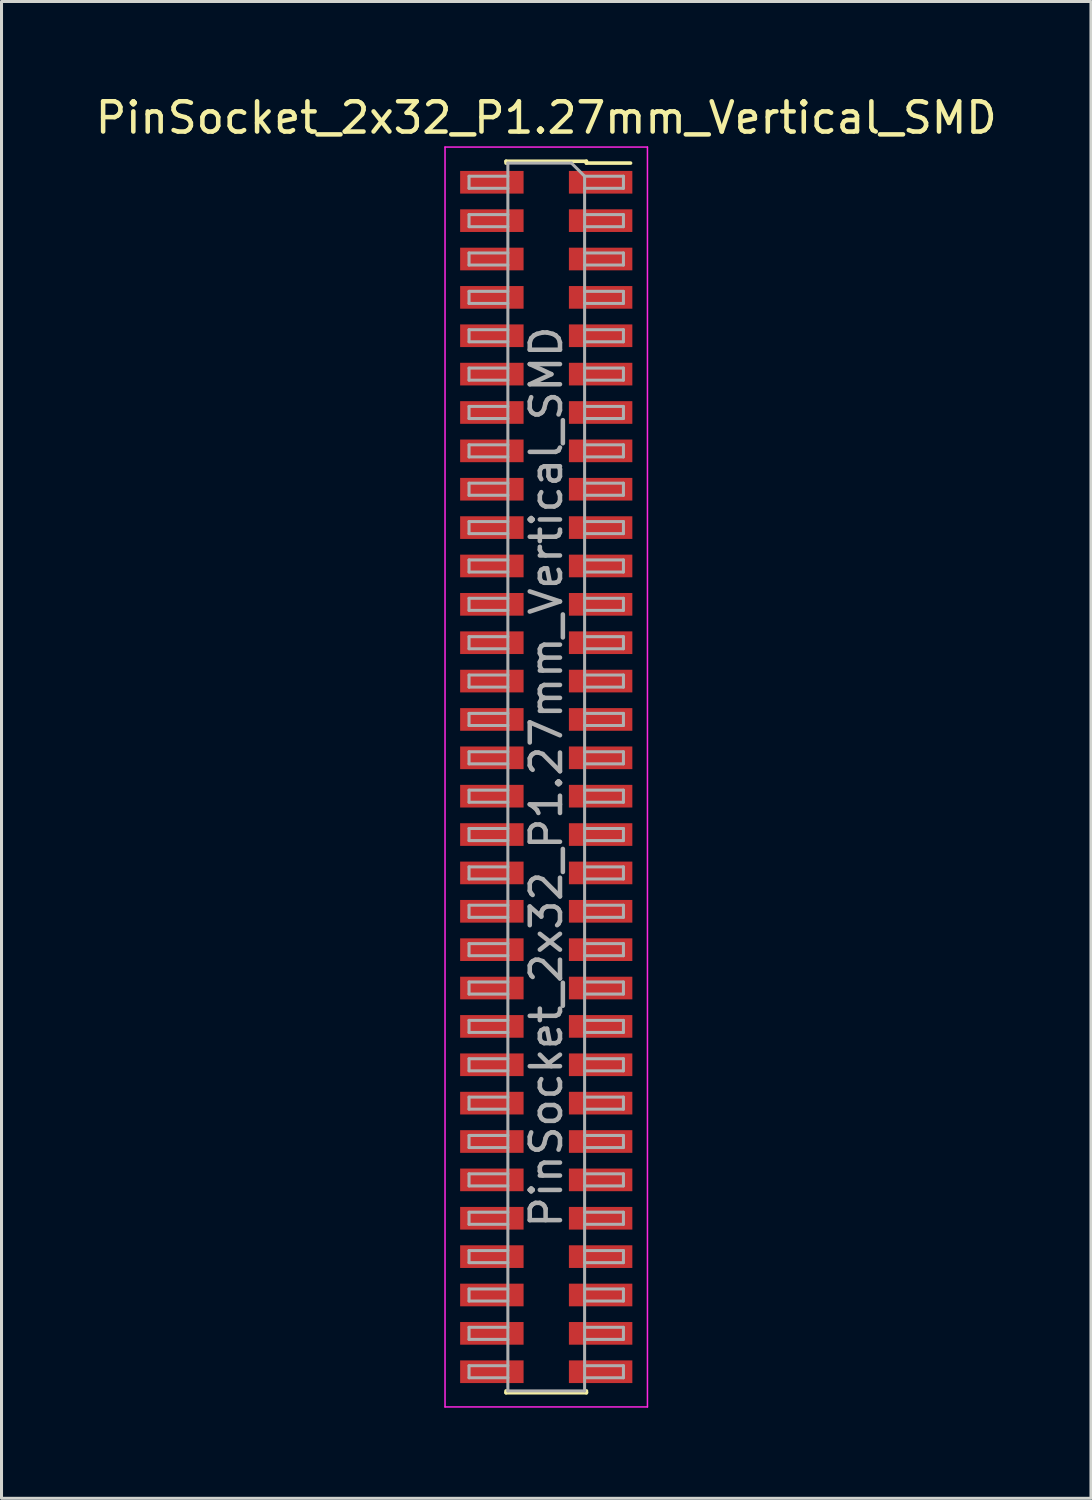
<source format=kicad_pcb>
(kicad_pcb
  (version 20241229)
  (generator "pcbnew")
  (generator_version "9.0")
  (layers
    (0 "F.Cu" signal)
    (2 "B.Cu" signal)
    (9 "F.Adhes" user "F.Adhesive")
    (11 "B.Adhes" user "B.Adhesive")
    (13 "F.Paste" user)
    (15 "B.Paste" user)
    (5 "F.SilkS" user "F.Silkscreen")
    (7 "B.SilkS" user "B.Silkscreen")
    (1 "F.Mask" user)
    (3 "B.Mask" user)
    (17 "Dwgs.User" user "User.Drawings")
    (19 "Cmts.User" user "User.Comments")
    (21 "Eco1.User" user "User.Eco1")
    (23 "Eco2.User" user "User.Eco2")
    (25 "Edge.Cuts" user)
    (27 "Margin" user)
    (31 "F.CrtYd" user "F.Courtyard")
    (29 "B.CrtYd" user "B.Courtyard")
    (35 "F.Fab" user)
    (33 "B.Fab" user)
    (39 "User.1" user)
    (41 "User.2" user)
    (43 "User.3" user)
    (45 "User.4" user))
  (footprint "PinSocket_2x32_P1.27mm_Vertical_SMD"
    (layer "F.Cu")
    (at 15.03 22.668)
    (property "Reference" "PinSocket_2x32_P1.27mm_Vertical_SMD" (at 0 -21.82 0) (layer "F.SilkS") (effects (font (size 1 1) (thickness 0.15))))
    (attr smd)
    (fp_line (start -1.33 -20.38) (end -1.33 -20.32) (stroke (width 0.12) (type solid)) (layer "F.SilkS"))
    (fp_line (start -1.33 -20.38) (end 1.33 -20.38) (stroke (width 0.12) (type solid)) (layer "F.SilkS"))
    (fp_line (start -1.33 20.32) (end -1.33 20.38) (stroke (width 0.12) (type solid)) (layer "F.SilkS"))
    (fp_line (start -1.33 20.38) (end 1.33 20.38) (stroke (width 0.12) (type solid)) (layer "F.SilkS"))
    (fp_line (start 1.33 -20.38) (end 1.33 -20.32) (stroke (width 0.12) (type solid)) (layer "F.SilkS"))
    (fp_line (start 1.33 -20.32) (end 2.79 -20.32) (stroke (width 0.12) (type solid)) (layer "F.SilkS"))
    (fp_line (start 1.33 20.32) (end 1.33 20.38) (stroke (width 0.12) (type solid)) (layer "F.SilkS"))
    (fp_line (start -3.35 -20.85) (end 3.35 -20.85) (stroke (width 0.05) (type solid)) (layer "F.CrtYd"))
    (fp_line (start -3.35 20.85) (end -3.35 -20.85) (stroke (width 0.05) (type solid)) (layer "F.CrtYd"))
    (fp_line (start 3.35 -20.85) (end 3.35 20.85) (stroke (width 0.05) (type solid)) (layer "F.CrtYd"))
    (fp_line (start 3.35 20.85) (end -3.35 20.85) (stroke (width 0.05) (type solid)) (layer "F.CrtYd"))
    (fp_line (start -2.555 -19.885) (end -1.27 -19.885) (stroke (width 0.1) (type solid)) (layer "F.Fab"))
    (fp_line (start -2.555 -19.485) (end -2.555 -19.885) (stroke (width 0.1) (type solid)) (layer "F.Fab"))
    (fp_line (start -2.555 -18.615) (end -1.27 -18.615) (stroke (width 0.1) (type solid)) (layer "F.Fab"))
    (fp_line (start -2.555 -18.215) (end -2.555 -18.615) (stroke (width 0.1) (type solid)) (layer "F.Fab"))
    (fp_line (start -2.555 -17.345) (end -1.27 -17.345) (stroke (width 0.1) (type solid)) (layer "F.Fab"))
    (fp_line (start -2.555 -16.945) (end -2.555 -17.345) (stroke (width 0.1) (type solid)) (layer "F.Fab"))
    (fp_line (start -2.555 -16.075) (end -1.27 -16.075) (stroke (width 0.1) (type solid)) (layer "F.Fab"))
    (fp_line (start -2.555 -15.675) (end -2.555 -16.075) (stroke (width 0.1) (type solid)) (layer "F.Fab"))
    (fp_line (start -2.555 -14.805) (end -1.27 -14.805) (stroke (width 0.1) (type solid)) (layer "F.Fab"))
    (fp_line (start -2.555 -14.405) (end -2.555 -14.805) (stroke (width 0.1) (type solid)) (layer "F.Fab"))
    (fp_line (start -2.555 -13.535) (end -1.27 -13.535) (stroke (width 0.1) (type solid)) (layer "F.Fab"))
    (fp_line (start -2.555 -13.135) (end -2.555 -13.535) (stroke (width 0.1) (type solid)) (layer "F.Fab"))
    (fp_line (start -2.555 -12.265) (end -1.27 -12.265) (stroke (width 0.1) (type solid)) (layer "F.Fab"))
    (fp_line (start -2.555 -11.865) (end -2.555 -12.265) (stroke (width 0.1) (type solid)) (layer "F.Fab"))
    (fp_line (start -2.555 -10.995) (end -1.27 -10.995) (stroke (width 0.1) (type solid)) (layer "F.Fab"))
    (fp_line (start -2.555 -10.595) (end -2.555 -10.995) (stroke (width 0.1) (type solid)) (layer "F.Fab"))
    (fp_line (start -2.555 -9.725) (end -1.27 -9.725) (stroke (width 0.1) (type solid)) (layer "F.Fab"))
    (fp_line (start -2.555 -9.325) (end -2.555 -9.725) (stroke (width 0.1) (type solid)) (layer "F.Fab"))
    (fp_line (start -2.555 -8.455) (end -1.27 -8.455) (stroke (width 0.1) (type solid)) (layer "F.Fab"))
    (fp_line (start -2.555 -8.055) (end -2.555 -8.455) (stroke (width 0.1) (type solid)) (layer "F.Fab"))
    (fp_line (start -2.555 -7.185) (end -1.27 -7.185) (stroke (width 0.1) (type solid)) (layer "F.Fab"))
    (fp_line (start -2.555 -6.785) (end -2.555 -7.185) (stroke (width 0.1) (type solid)) (layer "F.Fab"))
    (fp_line (start -2.555 -5.915) (end -1.27 -5.915) (stroke (width 0.1) (type solid)) (layer "F.Fab"))
    (fp_line (start -2.555 -5.515) (end -2.555 -5.915) (stroke (width 0.1) (type solid)) (layer "F.Fab"))
    (fp_line (start -2.555 -4.645) (end -1.27 -4.645) (stroke (width 0.1) (type solid)) (layer "F.Fab"))
    (fp_line (start -2.555 -4.245) (end -2.555 -4.645) (stroke (width 0.1) (type solid)) (layer "F.Fab"))
    (fp_line (start -2.555 -3.375) (end -1.27 -3.375) (stroke (width 0.1) (type solid)) (layer "F.Fab"))
    (fp_line (start -2.555 -2.975) (end -2.555 -3.375) (stroke (width 0.1) (type solid)) (layer "F.Fab"))
    (fp_line (start -2.555 -2.105) (end -1.27 -2.105) (stroke (width 0.1) (type solid)) (layer "F.Fab"))
    (fp_line (start -2.555 -1.705) (end -2.555 -2.105) (stroke (width 0.1) (type solid)) (layer "F.Fab"))
    (fp_line (start -2.555 -0.835) (end -1.27 -0.835) (stroke (width 0.1) (type solid)) (layer "F.Fab"))
    (fp_line (start -2.555 -0.435) (end -2.555 -0.835) (stroke (width 0.1) (type solid)) (layer "F.Fab"))
    (fp_line (start -2.555 0.435) (end -1.27 0.435) (stroke (width 0.1) (type solid)) (layer "F.Fab"))
    (fp_line (start -2.555 0.835) (end -2.555 0.435) (stroke (width 0.1) (type solid)) (layer "F.Fab"))
    (fp_line (start -2.555 1.705) (end -1.27 1.705) (stroke (width 0.1) (type solid)) (layer "F.Fab"))
    (fp_line (start -2.555 2.105) (end -2.555 1.705) (stroke (width 0.1) (type solid)) (layer "F.Fab"))
    (fp_line (start -2.555 2.975) (end -1.27 2.975) (stroke (width 0.1) (type solid)) (layer "F.Fab"))
    (fp_line (start -2.555 3.375) (end -2.555 2.975) (stroke (width 0.1) (type solid)) (layer "F.Fab"))
    (fp_line (start -2.555 4.245) (end -1.27 4.245) (stroke (width 0.1) (type solid)) (layer "F.Fab"))
    (fp_line (start -2.555 4.645) (end -2.555 4.245) (stroke (width 0.1) (type solid)) (layer "F.Fab"))
    (fp_line (start -2.555 5.515) (end -1.27 5.515) (stroke (width 0.1) (type solid)) (layer "F.Fab"))
    (fp_line (start -2.555 5.915) (end -2.555 5.515) (stroke (width 0.1) (type solid)) (layer "F.Fab"))
    (fp_line (start -2.555 6.785) (end -1.27 6.785) (stroke (width 0.1) (type solid)) (layer "F.Fab"))
    (fp_line (start -2.555 7.185) (end -2.555 6.785) (stroke (width 0.1) (type solid)) (layer "F.Fab"))
    (fp_line (start -2.555 8.055) (end -1.27 8.055) (stroke (width 0.1) (type solid)) (layer "F.Fab"))
    (fp_line (start -2.555 8.455) (end -2.555 8.055) (stroke (width 0.1) (type solid)) (layer "F.Fab"))
    (fp_line (start -2.555 9.325) (end -1.27 9.325) (stroke (width 0.1) (type solid)) (layer "F.Fab"))
    (fp_line (start -2.555 9.725) (end -2.555 9.325) (stroke (width 0.1) (type solid)) (layer "F.Fab"))
    (fp_line (start -2.555 10.595) (end -1.27 10.595) (stroke (width 0.1) (type solid)) (layer "F.Fab"))
    (fp_line (start -2.555 10.995) (end -2.555 10.595) (stroke (width 0.1) (type solid)) (layer "F.Fab"))
    (fp_line (start -2.555 11.865) (end -1.27 11.865) (stroke (width 0.1) (type solid)) (layer "F.Fab"))
    (fp_line (start -2.555 12.265) (end -2.555 11.865) (stroke (width 0.1) (type solid)) (layer "F.Fab"))
    (fp_line (start -2.555 13.135) (end -1.27 13.135) (stroke (width 0.1) (type solid)) (layer "F.Fab"))
    (fp_line (start -2.555 13.535) (end -2.555 13.135) (stroke (width 0.1) (type solid)) (layer "F.Fab"))
    (fp_line (start -2.555 14.405) (end -1.27 14.405) (stroke (width 0.1) (type solid)) (layer "F.Fab"))
    (fp_line (start -2.555 14.805) (end -2.555 14.405) (stroke (width 0.1) (type solid)) (layer "F.Fab"))
    (fp_line (start -2.555 15.675) (end -1.27 15.675) (stroke (width 0.1) (type solid)) (layer "F.Fab"))
    (fp_line (start -2.555 16.075) (end -2.555 15.675) (stroke (width 0.1) (type solid)) (layer "F.Fab"))
    (fp_line (start -2.555 16.945) (end -1.27 16.945) (stroke (width 0.1) (type solid)) (layer "F.Fab"))
    (fp_line (start -2.555 17.345) (end -2.555 16.945) (stroke (width 0.1) (type solid)) (layer "F.Fab"))
    (fp_line (start -2.555 18.215) (end -1.27 18.215) (stroke (width 0.1) (type solid)) (layer "F.Fab"))
    (fp_line (start -2.555 18.615) (end -2.555 18.215) (stroke (width 0.1) (type solid)) (layer "F.Fab"))
    (fp_line (start -2.555 19.485) (end -1.27 19.485) (stroke (width 0.1) (type solid)) (layer "F.Fab"))
    (fp_line (start -2.555 19.885) (end -2.555 19.485) (stroke (width 0.1) (type solid)) (layer "F.Fab"))
    (fp_line (start -1.27 -20.32) (end 0.835 -20.32) (stroke (width 0.1) (type solid)) (layer "F.Fab"))
    (fp_line (start -1.27 -19.485) (end -2.555 -19.485) (stroke (width 0.1) (type solid)) (layer "F.Fab"))
    (fp_line (start -1.27 -18.215) (end -2.555 -18.215) (stroke (width 0.1) (type solid)) (layer "F.Fab"))
    (fp_line (start -1.27 -16.945) (end -2.555 -16.945) (stroke (width 0.1) (type solid)) (layer "F.Fab"))
    (fp_line (start -1.27 -15.675) (end -2.555 -15.675) (stroke (width 0.1) (type solid)) (layer "F.Fab"))
    (fp_line (start -1.27 -14.405) (end -2.555 -14.405) (stroke (width 0.1) (type solid)) (layer "F.Fab"))
    (fp_line (start -1.27 -13.135) (end -2.555 -13.135) (stroke (width 0.1) (type solid)) (layer "F.Fab"))
    (fp_line (start -1.27 -11.865) (end -2.555 -11.865) (stroke (width 0.1) (type solid)) (layer "F.Fab"))
    (fp_line (start -1.27 -10.595) (end -2.555 -10.595) (stroke (width 0.1) (type solid)) (layer "F.Fab"))
    (fp_line (start -1.27 -9.325) (end -2.555 -9.325) (stroke (width 0.1) (type solid)) (layer "F.Fab"))
    (fp_line (start -1.27 -8.055) (end -2.555 -8.055) (stroke (width 0.1) (type solid)) (layer "F.Fab"))
    (fp_line (start -1.27 -6.785) (end -2.555 -6.785) (stroke (width 0.1) (type solid)) (layer "F.Fab"))
    (fp_line (start -1.27 -5.515) (end -2.555 -5.515) (stroke (width 0.1) (type solid)) (layer "F.Fab"))
    (fp_line (start -1.27 -4.245) (end -2.555 -4.245) (stroke (width 0.1) (type solid)) (layer "F.Fab"))
    (fp_line (start -1.27 -2.975) (end -2.555 -2.975) (stroke (width 0.1) (type solid)) (layer "F.Fab"))
    (fp_line (start -1.27 -1.705) (end -2.555 -1.705) (stroke (width 0.1) (type solid)) (layer "F.Fab"))
    (fp_line (start -1.27 -0.435) (end -2.555 -0.435) (stroke (width 0.1) (type solid)) (layer "F.Fab"))
    (fp_line (start -1.27 0.835) (end -2.555 0.835) (stroke (width 0.1) (type solid)) (layer "F.Fab"))
    (fp_line (start -1.27 2.105) (end -2.555 2.105) (stroke (width 0.1) (type solid)) (layer "F.Fab"))
    (fp_line (start -1.27 3.375) (end -2.555 3.375) (stroke (width 0.1) (type solid)) (layer "F.Fab"))
    (fp_line (start -1.27 4.645) (end -2.555 4.645) (stroke (width 0.1) (type solid)) (layer "F.Fab"))
    (fp_line (start -1.27 5.915) (end -2.555 5.915) (stroke (width 0.1) (type solid)) (layer "F.Fab"))
    (fp_line (start -1.27 7.185) (end -2.555 7.185) (stroke (width 0.1) (type solid)) (layer "F.Fab"))
    (fp_line (start -1.27 8.455) (end -2.555 8.455) (stroke (width 0.1) (type solid)) (layer "F.Fab"))
    (fp_line (start -1.27 9.725) (end -2.555 9.725) (stroke (width 0.1) (type solid)) (layer "F.Fab"))
    (fp_line (start -1.27 10.995) (end -2.555 10.995) (stroke (width 0.1) (type solid)) (layer "F.Fab"))
    (fp_line (start -1.27 12.265) (end -2.555 12.265) (stroke (width 0.1) (type solid)) (layer "F.Fab"))
    (fp_line (start -1.27 13.535) (end -2.555 13.535) (stroke (width 0.1) (type solid)) (layer "F.Fab"))
    (fp_line (start -1.27 14.805) (end -2.555 14.805) (stroke (width 0.1) (type solid)) (layer "F.Fab"))
    (fp_line (start -1.27 16.075) (end -2.555 16.075) (stroke (width 0.1) (type solid)) (layer "F.Fab"))
    (fp_line (start -1.27 17.345) (end -2.555 17.345) (stroke (width 0.1) (type solid)) (layer "F.Fab"))
    (fp_line (start -1.27 18.615) (end -2.555 18.615) (stroke (width 0.1) (type solid)) (layer "F.Fab"))
    (fp_line (start -1.27 19.885) (end -2.555 19.885) (stroke (width 0.1) (type solid)) (layer "F.Fab"))
    (fp_line (start -1.27 20.32) (end -1.27 -20.32) (stroke (width 0.1) (type solid)) (layer "F.Fab"))
    (fp_line (start 0.835 -20.32) (end 1.27 -19.885) (stroke (width 0.1) (type solid)) (layer "F.Fab"))
    (fp_line (start 1.27 -19.885) (end 1.27 20.32) (stroke (width 0.1) (type solid)) (layer "F.Fab"))
    (fp_line (start 1.27 -19.885) (end 2.555 -19.885) (stroke (width 0.1) (type solid)) (layer "F.Fab"))
    (fp_line (start 1.27 -18.615) (end 2.555 -18.615) (stroke (width 0.1) (type solid)) (layer "F.Fab"))
    (fp_line (start 1.27 -17.345) (end 2.555 -17.345) (stroke (width 0.1) (type solid)) (layer "F.Fab"))
    (fp_line (start 1.27 -16.075) (end 2.555 -16.075) (stroke (width 0.1) (type solid)) (layer "F.Fab"))
    (fp_line (start 1.27 -14.805) (end 2.555 -14.805) (stroke (width 0.1) (type solid)) (layer "F.Fab"))
    (fp_line (start 1.27 -13.535) (end 2.555 -13.535) (stroke (width 0.1) (type solid)) (layer "F.Fab"))
    (fp_line (start 1.27 -12.265) (end 2.555 -12.265) (stroke (width 0.1) (type solid)) (layer "F.Fab"))
    (fp_line (start 1.27 -10.995) (end 2.555 -10.995) (stroke (width 0.1) (type solid)) (layer "F.Fab"))
    (fp_line (start 1.27 -9.725) (end 2.555 -9.725) (stroke (width 0.1) (type solid)) (layer "F.Fab"))
    (fp_line (start 1.27 -8.455) (end 2.555 -8.455) (stroke (width 0.1) (type solid)) (layer "F.Fab"))
    (fp_line (start 1.27 -7.185) (end 2.555 -7.185) (stroke (width 0.1) (type solid)) (layer "F.Fab"))
    (fp_line (start 1.27 -5.915) (end 2.555 -5.915) (stroke (width 0.1) (type solid)) (layer "F.Fab"))
    (fp_line (start 1.27 -4.645) (end 2.555 -4.645) (stroke (width 0.1) (type solid)) (layer "F.Fab"))
    (fp_line (start 1.27 -3.375) (end 2.555 -3.375) (stroke (width 0.1) (type solid)) (layer "F.Fab"))
    (fp_line (start 1.27 -2.105) (end 2.555 -2.105) (stroke (width 0.1) (type solid)) (layer "F.Fab"))
    (fp_line (start 1.27 -0.835) (end 2.555 -0.835) (stroke (width 0.1) (type solid)) (layer "F.Fab"))
    (fp_line (start 1.27 0.435) (end 2.555 0.435) (stroke (width 0.1) (type solid)) (layer "F.Fab"))
    (fp_line (start 1.27 1.705) (end 2.555 1.705) (stroke (width 0.1) (type solid)) (layer "F.Fab"))
    (fp_line (start 1.27 2.975) (end 2.555 2.975) (stroke (width 0.1) (type solid)) (layer "F.Fab"))
    (fp_line (start 1.27 4.245) (end 2.555 4.245) (stroke (width 0.1) (type solid)) (layer "F.Fab"))
    (fp_line (start 1.27 5.515) (end 2.555 5.515) (stroke (width 0.1) (type solid)) (layer "F.Fab"))
    (fp_line (start 1.27 6.785) (end 2.555 6.785) (stroke (width 0.1) (type solid)) (layer "F.Fab"))
    (fp_line (start 1.27 8.055) (end 2.555 8.055) (stroke (width 0.1) (type solid)) (layer "F.Fab"))
    (fp_line (start 1.27 9.325) (end 2.555 9.325) (stroke (width 0.1) (type solid)) (layer "F.Fab"))
    (fp_line (start 1.27 10.595) (end 2.555 10.595) (stroke (width 0.1) (type solid)) (layer "F.Fab"))
    (fp_line (start 1.27 11.865) (end 2.555 11.865) (stroke (width 0.1) (type solid)) (layer "F.Fab"))
    (fp_line (start 1.27 13.135) (end 2.555 13.135) (stroke (width 0.1) (type solid)) (layer "F.Fab"))
    (fp_line (start 1.27 14.405) (end 2.555 14.405) (stroke (width 0.1) (type solid)) (layer "F.Fab"))
    (fp_line (start 1.27 15.675) (end 2.555 15.675) (stroke (width 0.1) (type solid)) (layer "F.Fab"))
    (fp_line (start 1.27 16.945) (end 2.555 16.945) (stroke (width 0.1) (type solid)) (layer "F.Fab"))
    (fp_line (start 1.27 18.215) (end 2.555 18.215) (stroke (width 0.1) (type solid)) (layer "F.Fab"))
    (fp_line (start 1.27 19.485) (end 2.555 19.485) (stroke (width 0.1) (type solid)) (layer "F.Fab"))
    (fp_line (start 1.27 20.32) (end -1.27 20.32) (stroke (width 0.1) (type solid)) (layer "F.Fab"))
    (fp_line (start 2.555 -19.885) (end 2.555 -19.485) (stroke (width 0.1) (type solid)) (layer "F.Fab"))
    (fp_line (start 2.555 -19.485) (end 1.27 -19.485) (stroke (width 0.1) (type solid)) (layer "F.Fab"))
    (fp_line (start 2.555 -18.615) (end 2.555 -18.215) (stroke (width 0.1) (type solid)) (layer "F.Fab"))
    (fp_line (start 2.555 -18.215) (end 1.27 -18.215) (stroke (width 0.1) (type solid)) (layer "F.Fab"))
    (fp_line (start 2.555 -17.345) (end 2.555 -16.945) (stroke (width 0.1) (type solid)) (layer "F.Fab"))
    (fp_line (start 2.555 -16.945) (end 1.27 -16.945) (stroke (width 0.1) (type solid)) (layer "F.Fab"))
    (fp_line (start 2.555 -16.075) (end 2.555 -15.675) (stroke (width 0.1) (type solid)) (layer "F.Fab"))
    (fp_line (start 2.555 -15.675) (end 1.27 -15.675) (stroke (width 0.1) (type solid)) (layer "F.Fab"))
    (fp_line (start 2.555 -14.805) (end 2.555 -14.405) (stroke (width 0.1) (type solid)) (layer "F.Fab"))
    (fp_line (start 2.555 -14.405) (end 1.27 -14.405) (stroke (width 0.1) (type solid)) (layer "F.Fab"))
    (fp_line (start 2.555 -13.535) (end 2.555 -13.135) (stroke (width 0.1) (type solid)) (layer "F.Fab"))
    (fp_line (start 2.555 -13.135) (end 1.27 -13.135) (stroke (width 0.1) (type solid)) (layer "F.Fab"))
    (fp_line (start 2.555 -12.265) (end 2.555 -11.865) (stroke (width 0.1) (type solid)) (layer "F.Fab"))
    (fp_line (start 2.555 -11.865) (end 1.27 -11.865) (stroke (width 0.1) (type solid)) (layer "F.Fab"))
    (fp_line (start 2.555 -10.995) (end 2.555 -10.595) (stroke (width 0.1) (type solid)) (layer "F.Fab"))
    (fp_line (start 2.555 -10.595) (end 1.27 -10.595) (stroke (width 0.1) (type solid)) (layer "F.Fab"))
    (fp_line (start 2.555 -9.725) (end 2.555 -9.325) (stroke (width 0.1) (type solid)) (layer "F.Fab"))
    (fp_line (start 2.555 -9.325) (end 1.27 -9.325) (stroke (width 0.1) (type solid)) (layer "F.Fab"))
    (fp_line (start 2.555 -8.455) (end 2.555 -8.055) (stroke (width 0.1) (type solid)) (layer "F.Fab"))
    (fp_line (start 2.555 -8.055) (end 1.27 -8.055) (stroke (width 0.1) (type solid)) (layer "F.Fab"))
    (fp_line (start 2.555 -7.185) (end 2.555 -6.785) (stroke (width 0.1) (type solid)) (layer "F.Fab"))
    (fp_line (start 2.555 -6.785) (end 1.27 -6.785) (stroke (width 0.1) (type solid)) (layer "F.Fab"))
    (fp_line (start 2.555 -5.915) (end 2.555 -5.515) (stroke (width 0.1) (type solid)) (layer "F.Fab"))
    (fp_line (start 2.555 -5.515) (end 1.27 -5.515) (stroke (width 0.1) (type solid)) (layer "F.Fab"))
    (fp_line (start 2.555 -4.645) (end 2.555 -4.245) (stroke (width 0.1) (type solid)) (layer "F.Fab"))
    (fp_line (start 2.555 -4.245) (end 1.27 -4.245) (stroke (width 0.1) (type solid)) (layer "F.Fab"))
    (fp_line (start 2.555 -3.375) (end 2.555 -2.975) (stroke (width 0.1) (type solid)) (layer "F.Fab"))
    (fp_line (start 2.555 -2.975) (end 1.27 -2.975) (stroke (width 0.1) (type solid)) (layer "F.Fab"))
    (fp_line (start 2.555 -2.105) (end 2.555 -1.705) (stroke (width 0.1) (type solid)) (layer "F.Fab"))
    (fp_line (start 2.555 -1.705) (end 1.27 -1.705) (stroke (width 0.1) (type solid)) (layer "F.Fab"))
    (fp_line (start 2.555 -0.835) (end 2.555 -0.435) (stroke (width 0.1) (type solid)) (layer "F.Fab"))
    (fp_line (start 2.555 -0.435) (end 1.27 -0.435) (stroke (width 0.1) (type solid)) (layer "F.Fab"))
    (fp_line (start 2.555 0.435) (end 2.555 0.835) (stroke (width 0.1) (type solid)) (layer "F.Fab"))
    (fp_line (start 2.555 0.835) (end 1.27 0.835) (stroke (width 0.1) (type solid)) (layer "F.Fab"))
    (fp_line (start 2.555 1.705) (end 2.555 2.105) (stroke (width 0.1) (type solid)) (layer "F.Fab"))
    (fp_line (start 2.555 2.105) (end 1.27 2.105) (stroke (width 0.1) (type solid)) (layer "F.Fab"))
    (fp_line (start 2.555 2.975) (end 2.555 3.375) (stroke (width 0.1) (type solid)) (layer "F.Fab"))
    (fp_line (start 2.555 3.375) (end 1.27 3.375) (stroke (width 0.1) (type solid)) (layer "F.Fab"))
    (fp_line (start 2.555 4.245) (end 2.555 4.645) (stroke (width 0.1) (type solid)) (layer "F.Fab"))
    (fp_line (start 2.555 4.645) (end 1.27 4.645) (stroke (width 0.1) (type solid)) (layer "F.Fab"))
    (fp_line (start 2.555 5.515) (end 2.555 5.915) (stroke (width 0.1) (type solid)) (layer "F.Fab"))
    (fp_line (start 2.555 5.915) (end 1.27 5.915) (stroke (width 0.1) (type solid)) (layer "F.Fab"))
    (fp_line (start 2.555 6.785) (end 2.555 7.185) (stroke (width 0.1) (type solid)) (layer "F.Fab"))
    (fp_line (start 2.555 7.185) (end 1.27 7.185) (stroke (width 0.1) (type solid)) (layer "F.Fab"))
    (fp_line (start 2.555 8.055) (end 2.555 8.455) (stroke (width 0.1) (type solid)) (layer "F.Fab"))
    (fp_line (start 2.555 8.455) (end 1.27 8.455) (stroke (width 0.1) (type solid)) (layer "F.Fab"))
    (fp_line (start 2.555 9.325) (end 2.555 9.725) (stroke (width 0.1) (type solid)) (layer "F.Fab"))
    (fp_line (start 2.555 9.725) (end 1.27 9.725) (stroke (width 0.1) (type solid)) (layer "F.Fab"))
    (fp_line (start 2.555 10.595) (end 2.555 10.995) (stroke (width 0.1) (type solid)) (layer "F.Fab"))
    (fp_line (start 2.555 10.995) (end 1.27 10.995) (stroke (width 0.1) (type solid)) (layer "F.Fab"))
    (fp_line (start 2.555 11.865) (end 2.555 12.265) (stroke (width 0.1) (type solid)) (layer "F.Fab"))
    (fp_line (start 2.555 12.265) (end 1.27 12.265) (stroke (width 0.1) (type solid)) (layer "F.Fab"))
    (fp_line (start 2.555 13.135) (end 2.555 13.535) (stroke (width 0.1) (type solid)) (layer "F.Fab"))
    (fp_line (start 2.555 13.535) (end 1.27 13.535) (stroke (width 0.1) (type solid)) (layer "F.Fab"))
    (fp_line (start 2.555 14.405) (end 2.555 14.805) (stroke (width 0.1) (type solid)) (layer "F.Fab"))
    (fp_line (start 2.555 14.805) (end 1.27 14.805) (stroke (width 0.1) (type solid)) (layer "F.Fab"))
    (fp_line (start 2.555 15.675) (end 2.555 16.075) (stroke (width 0.1) (type solid)) (layer "F.Fab"))
    (fp_line (start 2.555 16.075) (end 1.27 16.075) (stroke (width 0.1) (type solid)) (layer "F.Fab"))
    (fp_line (start 2.555 16.945) (end 2.555 17.345) (stroke (width 0.1) (type solid)) (layer "F.Fab"))
    (fp_line (start 2.555 17.345) (end 1.27 17.345) (stroke (width 0.1) (type solid)) (layer "F.Fab"))
    (fp_line (start 2.555 18.215) (end 2.555 18.615) (stroke (width 0.1) (type solid)) (layer "F.Fab"))
    (fp_line (start 2.555 18.615) (end 1.27 18.615) (stroke (width 0.1) (type solid)) (layer "F.Fab"))
    (fp_line (start 2.555 19.485) (end 2.555 19.885) (stroke (width 0.1) (type solid)) (layer "F.Fab"))
    (fp_line (start 2.555 19.885) (end 1.27 19.885) (stroke (width 0.1) (type solid)) (layer "F.Fab"))
    (fp_text user "${REFERENCE}" (at 0 0 90) (layer "F.Fab") (effects (font (size 1 1) (thickness 0.15))))
    (pad "1" smd rect (at 1.8 -19.685) (size 2.1 0.75) (layers "F.Cu" "F.Mask" "F.Paste"))
    (pad "2" smd rect (at -1.8 -19.685) (size 2.1 0.75) (layers "F.Cu" "F.Mask" "F.Paste"))
    (pad "3" smd rect (at 1.8 -18.415) (size 2.1 0.75) (layers "F.Cu" "F.Mask" "F.Paste"))
    (pad "4" smd rect (at -1.8 -18.415) (size 2.1 0.75) (layers "F.Cu" "F.Mask" "F.Paste"))
    (pad "5" smd rect (at 1.8 -17.145) (size 2.1 0.75) (layers "F.Cu" "F.Mask" "F.Paste"))
    (pad "6" smd rect (at -1.8 -17.145) (size 2.1 0.75) (layers "F.Cu" "F.Mask" "F.Paste"))
    (pad "7" smd rect (at 1.8 -15.875) (size 2.1 0.75) (layers "F.Cu" "F.Mask" "F.Paste"))
    (pad "8" smd rect (at -1.8 -15.875) (size 2.1 0.75) (layers "F.Cu" "F.Mask" "F.Paste"))
    (pad "9" smd rect (at 1.8 -14.605) (size 2.1 0.75) (layers "F.Cu" "F.Mask" "F.Paste"))
    (pad "10" smd rect (at -1.8 -14.605) (size 2.1 0.75) (layers "F.Cu" "F.Mask" "F.Paste"))
    (pad "11" smd rect (at 1.8 -13.335) (size 2.1 0.75) (layers "F.Cu" "F.Mask" "F.Paste"))
    (pad "12" smd rect (at -1.8 -13.335) (size 2.1 0.75) (layers "F.Cu" "F.Mask" "F.Paste"))
    (pad "13" smd rect (at 1.8 -12.065) (size 2.1 0.75) (layers "F.Cu" "F.Mask" "F.Paste"))
    (pad "14" smd rect (at -1.8 -12.065) (size 2.1 0.75) (layers "F.Cu" "F.Mask" "F.Paste"))
    (pad "15" smd rect (at 1.8 -10.795) (size 2.1 0.75) (layers "F.Cu" "F.Mask" "F.Paste"))
    (pad "16" smd rect (at -1.8 -10.795) (size 2.1 0.75) (layers "F.Cu" "F.Mask" "F.Paste"))
    (pad "17" smd rect (at 1.8 -9.525) (size 2.1 0.75) (layers "F.Cu" "F.Mask" "F.Paste"))
    (pad "18" smd rect (at -1.8 -9.525) (size 2.1 0.75) (layers "F.Cu" "F.Mask" "F.Paste"))
    (pad "19" smd rect (at 1.8 -8.255) (size 2.1 0.75) (layers "F.Cu" "F.Mask" "F.Paste"))
    (pad "20" smd rect (at -1.8 -8.255) (size 2.1 0.75) (layers "F.Cu" "F.Mask" "F.Paste"))
    (pad "21" smd rect (at 1.8 -6.985) (size 2.1 0.75) (layers "F.Cu" "F.Mask" "F.Paste"))
    (pad "22" smd rect (at -1.8 -6.985) (size 2.1 0.75) (layers "F.Cu" "F.Mask" "F.Paste"))
    (pad "23" smd rect (at 1.8 -5.715) (size 2.1 0.75) (layers "F.Cu" "F.Mask" "F.Paste"))
    (pad "24" smd rect (at -1.8 -5.715) (size 2.1 0.75) (layers "F.Cu" "F.Mask" "F.Paste"))
    (pad "25" smd rect (at 1.8 -4.445) (size 2.1 0.75) (layers "F.Cu" "F.Mask" "F.Paste"))
    (pad "26" smd rect (at -1.8 -4.445) (size 2.1 0.75) (layers "F.Cu" "F.Mask" "F.Paste"))
    (pad "27" smd rect (at 1.8 -3.175) (size 2.1 0.75) (layers "F.Cu" "F.Mask" "F.Paste"))
    (pad "28" smd rect (at -1.8 -3.175) (size 2.1 0.75) (layers "F.Cu" "F.Mask" "F.Paste"))
    (pad "29" smd rect (at 1.8 -1.905) (size 2.1 0.75) (layers "F.Cu" "F.Mask" "F.Paste"))
    (pad "30" smd rect (at -1.8 -1.905) (size 2.1 0.75) (layers "F.Cu" "F.Mask" "F.Paste"))
    (pad "31" smd rect (at 1.8 -0.635) (size 2.1 0.75) (layers "F.Cu" "F.Mask" "F.Paste"))
    (pad "32" smd rect (at -1.8 -0.635) (size 2.1 0.75) (layers "F.Cu" "F.Mask" "F.Paste"))
    (pad "33" smd rect (at 1.8 0.635) (size 2.1 0.75) (layers "F.Cu" "F.Mask" "F.Paste"))
    (pad "34" smd rect (at -1.8 0.635) (size 2.1 0.75) (layers "F.Cu" "F.Mask" "F.Paste"))
    (pad "35" smd rect (at 1.8 1.905) (size 2.1 0.75) (layers "F.Cu" "F.Mask" "F.Paste"))
    (pad "36" smd rect (at -1.8 1.905) (size 2.1 0.75) (layers "F.Cu" "F.Mask" "F.Paste"))
    (pad "37" smd rect (at 1.8 3.175) (size 2.1 0.75) (layers "F.Cu" "F.Mask" "F.Paste"))
    (pad "38" smd rect (at -1.8 3.175) (size 2.1 0.75) (layers "F.Cu" "F.Mask" "F.Paste"))
    (pad "39" smd rect (at 1.8 4.445) (size 2.1 0.75) (layers "F.Cu" "F.Mask" "F.Paste"))
    (pad "40" smd rect (at -1.8 4.445) (size 2.1 0.75) (layers "F.Cu" "F.Mask" "F.Paste"))
    (pad "41" smd rect (at 1.8 5.715) (size 2.1 0.75) (layers "F.Cu" "F.Mask" "F.Paste"))
    (pad "42" smd rect (at -1.8 5.715) (size 2.1 0.75) (layers "F.Cu" "F.Mask" "F.Paste"))
    (pad "43" smd rect (at 1.8 6.985) (size 2.1 0.75) (layers "F.Cu" "F.Mask" "F.Paste"))
    (pad "44" smd rect (at -1.8 6.985) (size 2.1 0.75) (layers "F.Cu" "F.Mask" "F.Paste"))
    (pad "45" smd rect (at 1.8 8.255) (size 2.1 0.75) (layers "F.Cu" "F.Mask" "F.Paste"))
    (pad "46" smd rect (at -1.8 8.255) (size 2.1 0.75) (layers "F.Cu" "F.Mask" "F.Paste"))
    (pad "47" smd rect (at 1.8 9.525) (size 2.1 0.75) (layers "F.Cu" "F.Mask" "F.Paste"))
    (pad "48" smd rect (at -1.8 9.525) (size 2.1 0.75) (layers "F.Cu" "F.Mask" "F.Paste"))
    (pad "49" smd rect (at 1.8 10.795) (size 2.1 0.75) (layers "F.Cu" "F.Mask" "F.Paste"))
    (pad "50" smd rect (at -1.8 10.795) (size 2.1 0.75) (layers "F.Cu" "F.Mask" "F.Paste"))
    (pad "51" smd rect (at 1.8 12.065) (size 2.1 0.75) (layers "F.Cu" "F.Mask" "F.Paste"))
    (pad "52" smd rect (at -1.8 12.065) (size 2.1 0.75) (layers "F.Cu" "F.Mask" "F.Paste"))
    (pad "53" smd rect (at 1.8 13.335) (size 2.1 0.75) (layers "F.Cu" "F.Mask" "F.Paste"))
    (pad "54" smd rect (at -1.8 13.335) (size 2.1 0.75) (layers "F.Cu" "F.Mask" "F.Paste"))
    (pad "55" smd rect (at 1.8 14.605) (size 2.1 0.75) (layers "F.Cu" "F.Mask" "F.Paste"))
    (pad "56" smd rect (at -1.8 14.605) (size 2.1 0.75) (layers "F.Cu" "F.Mask" "F.Paste"))
    (pad "57" smd rect (at 1.8 15.875) (size 2.1 0.75) (layers "F.Cu" "F.Mask" "F.Paste"))
    (pad "58" smd rect (at -1.8 15.875) (size 2.1 0.75) (layers "F.Cu" "F.Mask" "F.Paste"))
    (pad "59" smd rect (at 1.8 17.145) (size 2.1 0.75) (layers "F.Cu" "F.Mask" "F.Paste"))
    (pad "60" smd rect (at -1.8 17.145) (size 2.1 0.75) (layers "F.Cu" "F.Mask" "F.Paste"))
    (pad "61" smd rect (at 1.8 18.415) (size 2.1 0.75) (layers "F.Cu" "F.Mask" "F.Paste"))
    (pad "62" smd rect (at -1.8 18.415) (size 2.1 0.75) (layers "F.Cu" "F.Mask" "F.Paste"))
    (pad "63" smd rect (at 1.8 19.685) (size 2.1 0.75) (layers "F.Cu" "F.Mask" "F.Paste"))
    (pad "64" smd rect (at -1.8 19.685) (size 2.1 0.75) (layers "F.Cu" "F.Mask" "F.Paste")))
  (gr_rect
    (start -3 -3)
    (end 33.06 46.543)
    (stroke (width 0.1) (type default))
    (fill no)
    (layer "Edge.Cuts")))
</source>
